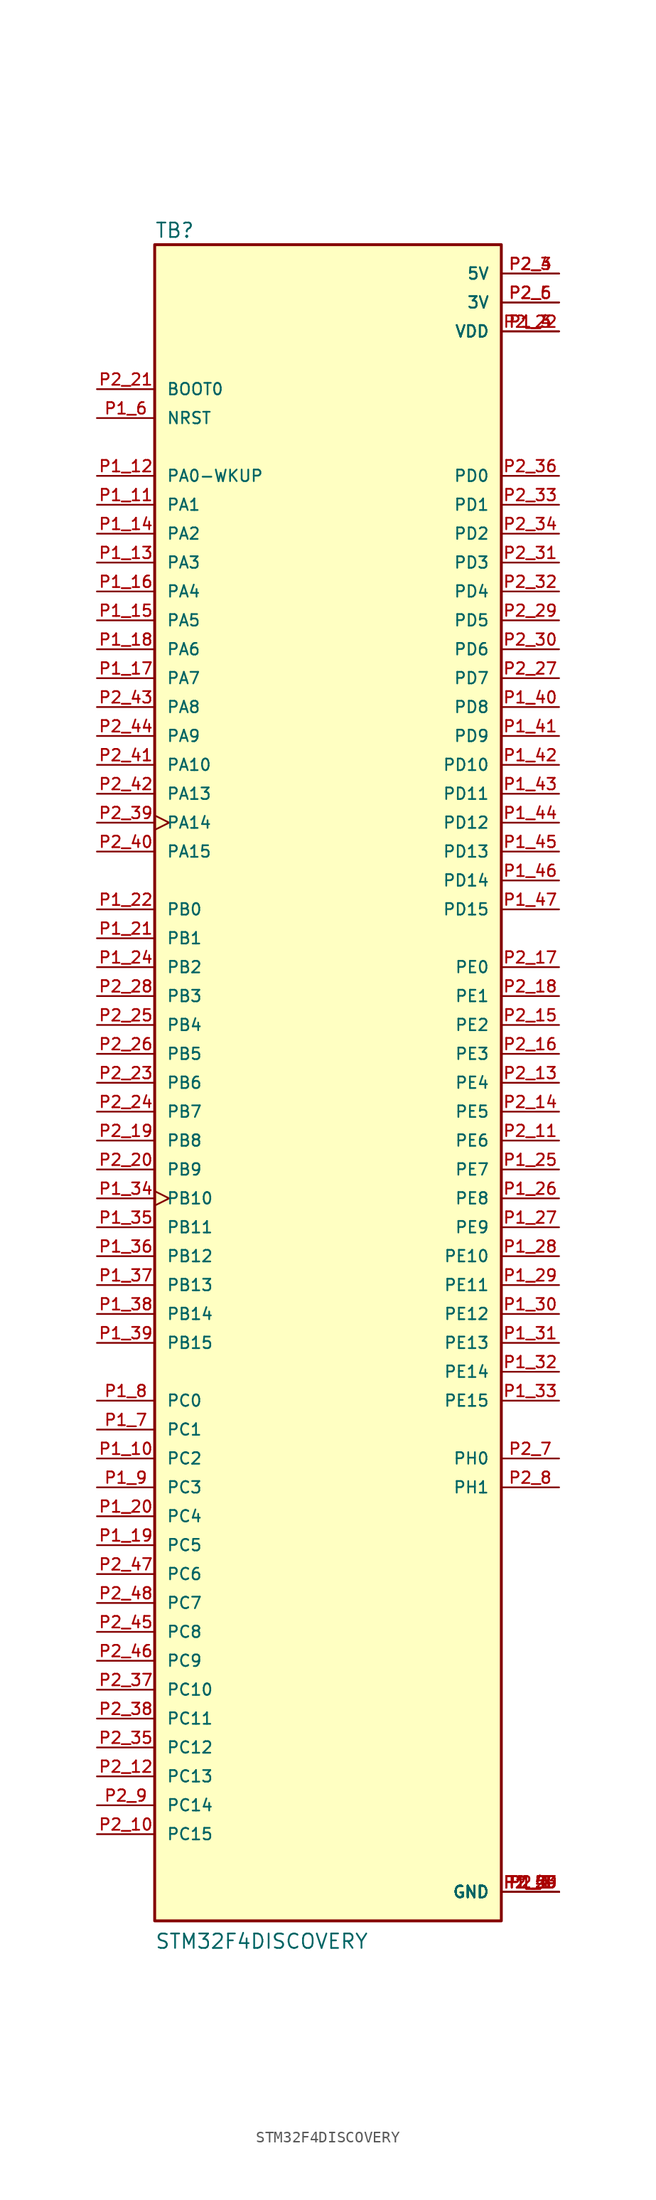
<source format=kicad_sym>
(kicad_symbol_lib
  (version 20211014)
  (generator kicad_symbol_editor)
  (symbol "STM32F4DISCOVERY"
    (pin_names
      (offset 1.016))
    (property "Reference" "TB"
      (at -15.242 74.172 0)
      (effects (font (size 1.27 1.27)) (justify bottom left)))
    (property "Value" "STM32F4DISCOVERY"
      (at -15.24 -76.201 0)
      (effects (font (size 1.27 1.27)) (justify bottom left)))
    (symbol "STM32F4DISCOVERY_0_0"
      (rectangle (start -15.24 -73.66) (end 15.24 73.66) (stroke (width 0.254)) (fill (type background)))
      (pin power_in line (at 20.32 -71.12 180.0) (length 5.08) (name "GND" (effects (font (size 1.016 1.016)))) (number "P1_1" (effects (font (size 1.016 1.016)))))
      (pin power_in line (at 20.32 -71.12 180.0) (length 5.08) (name "GND" (effects (font (size 1.016 1.016)))) (number "P1_2" (effects (font (size 1.016 1.016)))))
      (pin power_in line (at 20.32 -71.12 180.0) (length 5.08) (name "GND" (effects (font (size 1.016 1.016)))) (number "P1_5" (effects (font (size 1.016 1.016)))))
      (pin power_in line (at 20.32 -71.12 180.0) (length 5.08) (name "GND" (effects (font (size 1.016 1.016)))) (number "P1_23" (effects (font (size 1.016 1.016)))))
      (pin power_in line (at 20.32 -71.12 180.0) (length 5.08) (name "GND" (effects (font (size 1.016 1.016)))) (number "P1_49" (effects (font (size 1.016 1.016)))))
      (pin power_in line (at 20.32 -71.12 180.0) (length 5.08) (name "GND" (effects (font (size 1.016 1.016)))) (number "P1_50" (effects (font (size 1.016 1.016)))))
      (pin power_in line (at 20.32 -71.12 180.0) (length 5.08) (name "GND" (effects (font (size 1.016 1.016)))) (number "P2_1" (effects (font (size 1.016 1.016)))))
      (pin power_in line (at 20.32 -71.12 180.0) (length 5.08) (name "GND" (effects (font (size 1.016 1.016)))) (number "P2_2" (effects (font (size 1.016 1.016)))))
      (pin power_in line (at 20.32 -71.12 180.0) (length 5.08) (name "GND" (effects (font (size 1.016 1.016)))) (number "P2_49" (effects (font (size 1.016 1.016)))))
      (pin power_in line (at 20.32 -71.12 180.0) (length 5.08) (name "GND" (effects (font (size 1.016 1.016)))) (number "P2_50" (effects (font (size 1.016 1.016)))))
      (pin input line (at -20.32 58.42 0) (length 5.08) (name "NRST" (effects (font (size 1.016 1.016)))) (number "P1_6" (effects (font (size 1.016 1.016)))))
      (pin bidirectional line (at -20.32 53.34 0) (length 5.08) (name "PA0-WKUP" (effects (font (size 1.016 1.016)))) (number "P1_12" (effects (font (size 1.016 1.016)))))
      (pin bidirectional line (at -20.32 50.8 0) (length 5.08) (name "PA1" (effects (font (size 1.016 1.016)))) (number "P1_11" (effects (font (size 1.016 1.016)))))
      (pin bidirectional line (at -20.32 48.26 0) (length 5.08) (name "PA2" (effects (font (size 1.016 1.016)))) (number "P1_14" (effects (font (size 1.016 1.016)))))
      (pin bidirectional line (at -20.32 45.72 0) (length 5.08) (name "PA3" (effects (font (size 1.016 1.016)))) (number "P1_13" (effects (font (size 1.016 1.016)))))
      (pin bidirectional line (at -20.32 43.18 0) (length 5.08) (name "PA4" (effects (font (size 1.016 1.016)))) (number "P1_16" (effects (font (size 1.016 1.016)))))
      (pin bidirectional line (at -20.32 40.64 0) (length 5.08) (name "PA5" (effects (font (size 1.016 1.016)))) (number "P1_15" (effects (font (size 1.016 1.016)))))
      (pin bidirectional line (at -20.32 38.1 0) (length 5.08) (name "PA6" (effects (font (size 1.016 1.016)))) (number "P1_18" (effects (font (size 1.016 1.016)))))
      (pin bidirectional line (at -20.32 35.56 0) (length 5.08) (name "PA7" (effects (font (size 1.016 1.016)))) (number "P1_17" (effects (font (size 1.016 1.016)))))
      (pin bidirectional line (at -20.32 15.24 0) (length 5.08) (name "PB0" (effects (font (size 1.016 1.016)))) (number "P1_22" (effects (font (size 1.016 1.016)))))
      (pin bidirectional line (at -20.32 12.7 0) (length 5.08) (name "PB1" (effects (font (size 1.016 1.016)))) (number "P1_21" (effects (font (size 1.016 1.016)))))
      (pin bidirectional line (at -20.32 10.16 0) (length 5.08) (name "PB2" (effects (font (size 1.016 1.016)))) (number "P1_24" (effects (font (size 1.016 1.016)))))
      (pin bidirectional clock (at -20.32 -10.16 0) (length 5.08) (name "PB10" (effects (font (size 1.016 1.016)))) (number "P1_34" (effects (font (size 1.016 1.016)))))
      (pin bidirectional line (at -20.32 -12.7 0) (length 5.08) (name "PB11" (effects (font (size 1.016 1.016)))) (number "P1_35" (effects (font (size 1.016 1.016)))))
      (pin bidirectional line (at -20.32 -15.24 0) (length 5.08) (name "PB12" (effects (font (size 1.016 1.016)))) (number "P1_36" (effects (font (size 1.016 1.016)))))
      (pin bidirectional line (at -20.32 -17.78 0) (length 5.08) (name "PB13" (effects (font (size 1.016 1.016)))) (number "P1_37" (effects (font (size 1.016 1.016)))))
      (pin bidirectional line (at -20.32 -20.32 0) (length 5.08) (name "PB14" (effects (font (size 1.016 1.016)))) (number "P1_38" (effects (font (size 1.016 1.016)))))
      (pin bidirectional line (at -20.32 -22.86 0) (length 5.08) (name "PB15" (effects (font (size 1.016 1.016)))) (number "P1_39" (effects (font (size 1.016 1.016)))))
      (pin bidirectional line (at -20.32 -27.94 0) (length 5.08) (name "PC0" (effects (font (size 1.016 1.016)))) (number "P1_8" (effects (font (size 1.016 1.016)))))
      (pin bidirectional line (at -20.32 -30.48 0) (length 5.08) (name "PC1" (effects (font (size 1.016 1.016)))) (number "P1_7" (effects (font (size 1.016 1.016)))))
      (pin bidirectional line (at -20.32 -33.02 0) (length 5.08) (name "PC2" (effects (font (size 1.016 1.016)))) (number "P1_10" (effects (font (size 1.016 1.016)))))
      (pin bidirectional line (at -20.32 -35.56 0) (length 5.08) (name "PC3" (effects (font (size 1.016 1.016)))) (number "P1_9" (effects (font (size 1.016 1.016)))))
      (pin bidirectional line (at -20.32 -38.1 0) (length 5.08) (name "PC4" (effects (font (size 1.016 1.016)))) (number "P1_20" (effects (font (size 1.016 1.016)))))
      (pin bidirectional line (at -20.32 -40.64 0) (length 5.08) (name "PC5" (effects (font (size 1.016 1.016)))) (number "P1_19" (effects (font (size 1.016 1.016)))))
      (pin bidirectional line (at 20.32 33.02 180.0) (length 5.08) (name "PD8" (effects (font (size 1.016 1.016)))) (number "P1_40" (effects (font (size 1.016 1.016)))))
      (pin bidirectional line (at 20.32 30.48 180.0) (length 5.08) (name "PD9" (effects (font (size 1.016 1.016)))) (number "P1_41" (effects (font (size 1.016 1.016)))))
      (pin bidirectional line (at 20.32 27.94 180.0) (length 5.08) (name "PD10" (effects (font (size 1.016 1.016)))) (number "P1_42" (effects (font (size 1.016 1.016)))))
      (pin bidirectional line (at 20.32 25.4 180.0) (length 5.08) (name "PD11" (effects (font (size 1.016 1.016)))) (number "P1_43" (effects (font (size 1.016 1.016)))))
      (pin bidirectional line (at 20.32 22.86 180.0) (length 5.08) (name "PD12" (effects (font (size 1.016 1.016)))) (number "P1_44" (effects (font (size 1.016 1.016)))))
      (pin bidirectional line (at 20.32 20.32 180.0) (length 5.08) (name "PD13" (effects (font (size 1.016 1.016)))) (number "P1_45" (effects (font (size 1.016 1.016)))))
      (pin bidirectional line (at 20.32 17.78 180.0) (length 5.08) (name "PD14" (effects (font (size 1.016 1.016)))) (number "P1_46" (effects (font (size 1.016 1.016)))))
      (pin bidirectional line (at 20.32 15.24 180.0) (length 5.08) (name "PD15" (effects (font (size 1.016 1.016)))) (number "P1_47" (effects (font (size 1.016 1.016)))))
      (pin bidirectional line (at 20.32 -7.62 180.0) (length 5.08) (name "PE7" (effects (font (size 1.016 1.016)))) (number "P1_25" (effects (font (size 1.016 1.016)))))
      (pin bidirectional line (at 20.32 -10.16 180.0) (length 5.08) (name "PE8" (effects (font (size 1.016 1.016)))) (number "P1_26" (effects (font (size 1.016 1.016)))))
      (pin bidirectional line (at 20.32 -12.7 180.0) (length 5.08) (name "PE9" (effects (font (size 1.016 1.016)))) (number "P1_27" (effects (font (size 1.016 1.016)))))
      (pin bidirectional line (at 20.32 -15.24 180.0) (length 5.08) (name "PE10" (effects (font (size 1.016 1.016)))) (number "P1_28" (effects (font (size 1.016 1.016)))))
      (pin bidirectional line (at 20.32 -17.78 180.0) (length 5.08) (name "PE11" (effects (font (size 1.016 1.016)))) (number "P1_29" (effects (font (size 1.016 1.016)))))
      (pin bidirectional line (at 20.32 -20.32 180.0) (length 5.08) (name "PE12" (effects (font (size 1.016 1.016)))) (number "P1_30" (effects (font (size 1.016 1.016)))))
      (pin bidirectional line (at 20.32 -22.86 180.0) (length 5.08) (name "PE13" (effects (font (size 1.016 1.016)))) (number "P1_31" (effects (font (size 1.016 1.016)))))
      (pin bidirectional line (at 20.32 -25.4 180.0) (length 5.08) (name "PE14" (effects (font (size 1.016 1.016)))) (number "P1_32" (effects (font (size 1.016 1.016)))))
      (pin bidirectional line (at 20.32 -27.94 180.0) (length 5.08) (name "PE15" (effects (font (size 1.016 1.016)))) (number "P1_33" (effects (font (size 1.016 1.016)))))
      (pin power_in line (at 20.32 66.04 180.0) (length 5.08) (name "VDD" (effects (font (size 1.016 1.016)))) (number "P1_3" (effects (font (size 1.016 1.016)))))
      (pin power_in line (at 20.32 66.04 180.0) (length 5.08) (name "VDD" (effects (font (size 1.016 1.016)))) (number "P1_4" (effects (font (size 1.016 1.016)))))
      (pin power_in line (at 20.32 66.04 180.0) (length 5.08) (name "VDD" (effects (font (size 1.016 1.016)))) (number "P2_22" (effects (font (size 1.016 1.016)))))
      (pin power_in line (at 20.32 71.12 180.0) (length 5.08) (name "5V" (effects (font (size 1.016 1.016)))) (number "P2_3" (effects (font (size 1.016 1.016)))))
      (pin power_in line (at 20.32 71.12 180.0) (length 5.08) (name "5V" (effects (font (size 1.016 1.016)))) (number "P2_4" (effects (font (size 1.016 1.016)))))
      (pin input line (at -20.32 60.96 0) (length 5.08) (name "BOOT0" (effects (font (size 1.016 1.016)))) (number "P2_21" (effects (font (size 1.016 1.016)))))
      (pin bidirectional line (at -20.32 33.02 0) (length 5.08) (name "PA8" (effects (font (size 1.016 1.016)))) (number "P2_43" (effects (font (size 1.016 1.016)))))
      (pin bidirectional line (at -20.32 30.48 0) (length 5.08) (name "PA9" (effects (font (size 1.016 1.016)))) (number "P2_44" (effects (font (size 1.016 1.016)))))
      (pin bidirectional line (at -20.32 27.94 0) (length 5.08) (name "PA10" (effects (font (size 1.016 1.016)))) (number "P2_41" (effects (font (size 1.016 1.016)))))
      (pin bidirectional line (at -20.32 25.4 0) (length 5.08) (name "PA13" (effects (font (size 1.016 1.016)))) (number "P2_42" (effects (font (size 1.016 1.016)))))
      (pin bidirectional clock (at -20.32 22.86 0) (length 5.08) (name "PA14" (effects (font (size 1.016 1.016)))) (number "P2_39" (effects (font (size 1.016 1.016)))))
      (pin bidirectional line (at -20.32 20.32 0) (length 5.08) (name "PA15" (effects (font (size 1.016 1.016)))) (number "P2_40" (effects (font (size 1.016 1.016)))))
      (pin bidirectional line (at -20.32 7.62 0) (length 5.08) (name "PB3" (effects (font (size 1.016 1.016)))) (number "P2_28" (effects (font (size 1.016 1.016)))))
      (pin bidirectional line (at -20.32 5.08 0) (length 5.08) (name "PB4" (effects (font (size 1.016 1.016)))) (number "P2_25" (effects (font (size 1.016 1.016)))))
      (pin bidirectional line (at -20.32 2.54 0) (length 5.08) (name "PB5" (effects (font (size 1.016 1.016)))) (number "P2_26" (effects (font (size 1.016 1.016)))))
      (pin bidirectional line (at -20.32 0.0 0) (length 5.08) (name "PB6" (effects (font (size 1.016 1.016)))) (number "P2_23" (effects (font (size 1.016 1.016)))))
      (pin bidirectional line (at -20.32 -2.54 0) (length 5.08) (name "PB7" (effects (font (size 1.016 1.016)))) (number "P2_24" (effects (font (size 1.016 1.016)))))
      (pin bidirectional line (at -20.32 -5.08 0) (length 5.08) (name "PB8" (effects (font (size 1.016 1.016)))) (number "P2_19" (effects (font (size 1.016 1.016)))))
      (pin bidirectional line (at -20.32 -7.62 0) (length 5.08) (name "PB9" (effects (font (size 1.016 1.016)))) (number "P2_20" (effects (font (size 1.016 1.016)))))
      (pin bidirectional line (at -20.32 -43.18 0) (length 5.08) (name "PC6" (effects (font (size 1.016 1.016)))) (number "P2_47" (effects (font (size 1.016 1.016)))))
      (pin bidirectional line (at -20.32 -45.72 0) (length 5.08) (name "PC7" (effects (font (size 1.016 1.016)))) (number "P2_48" (effects (font (size 1.016 1.016)))))
      (pin bidirectional line (at -20.32 -48.26 0) (length 5.08) (name "PC8" (effects (font (size 1.016 1.016)))) (number "P2_45" (effects (font (size 1.016 1.016)))))
      (pin bidirectional line (at -20.32 -50.8 0) (length 5.08) (name "PC9" (effects (font (size 1.016 1.016)))) (number "P2_46" (effects (font (size 1.016 1.016)))))
      (pin bidirectional line (at -20.32 -53.34 0) (length 5.08) (name "PC10" (effects (font (size 1.016 1.016)))) (number "P2_37" (effects (font (size 1.016 1.016)))))
      (pin bidirectional line (at -20.32 -55.88 0) (length 5.08) (name "PC11" (effects (font (size 1.016 1.016)))) (number "P2_38" (effects (font (size 1.016 1.016)))))
      (pin bidirectional line (at -20.32 -58.42 0) (length 5.08) (name "PC12" (effects (font (size 1.016 1.016)))) (number "P2_35" (effects (font (size 1.016 1.016)))))
      (pin bidirectional line (at -20.32 -60.96 0) (length 5.08) (name "PC13" (effects (font (size 1.016 1.016)))) (number "P2_12" (effects (font (size 1.016 1.016)))))
      (pin bidirectional line (at -20.32 -63.5 0) (length 5.08) (name "PC14" (effects (font (size 1.016 1.016)))) (number "P2_9" (effects (font (size 1.016 1.016)))))
      (pin bidirectional line (at -20.32 -66.04 0) (length 5.08) (name "PC15" (effects (font (size 1.016 1.016)))) (number "P2_10" (effects (font (size 1.016 1.016)))))
      (pin bidirectional line (at 20.32 53.34 180.0) (length 5.08) (name "PD0" (effects (font (size 1.016 1.016)))) (number "P2_36" (effects (font (size 1.016 1.016)))))
      (pin bidirectional line (at 20.32 50.8 180.0) (length 5.08) (name "PD1" (effects (font (size 1.016 1.016)))) (number "P2_33" (effects (font (size 1.016 1.016)))))
      (pin bidirectional line (at 20.32 48.26 180.0) (length 5.08) (name "PD2" (effects (font (size 1.016 1.016)))) (number "P2_34" (effects (font (size 1.016 1.016)))))
      (pin bidirectional line (at 20.32 45.72 180.0) (length 5.08) (name "PD3" (effects (font (size 1.016 1.016)))) (number "P2_31" (effects (font (size 1.016 1.016)))))
      (pin bidirectional line (at 20.32 43.18 180.0) (length 5.08) (name "PD4" (effects (font (size 1.016 1.016)))) (number "P2_32" (effects (font (size 1.016 1.016)))))
      (pin bidirectional line (at 20.32 40.64 180.0) (length 5.08) (name "PD5" (effects (font (size 1.016 1.016)))) (number "P2_29" (effects (font (size 1.016 1.016)))))
      (pin bidirectional line (at 20.32 38.1 180.0) (length 5.08) (name "PD6" (effects (font (size 1.016 1.016)))) (number "P2_30" (effects (font (size 1.016 1.016)))))
      (pin bidirectional line (at 20.32 35.56 180.0) (length 5.08) (name "PD7" (effects (font (size 1.016 1.016)))) (number "P2_27" (effects (font (size 1.016 1.016)))))
      (pin bidirectional line (at 20.32 10.16 180.0) (length 5.08) (name "PE0" (effects (font (size 1.016 1.016)))) (number "P2_17" (effects (font (size 1.016 1.016)))))
      (pin bidirectional line (at 20.32 7.62 180.0) (length 5.08) (name "PE1" (effects (font (size 1.016 1.016)))) (number "P2_18" (effects (font (size 1.016 1.016)))))
      (pin bidirectional line (at 20.32 5.08 180.0) (length 5.08) (name "PE2" (effects (font (size 1.016 1.016)))) (number "P2_15" (effects (font (size 1.016 1.016)))))
      (pin bidirectional line (at 20.32 2.54 180.0) (length 5.08) (name "PE3" (effects (font (size 1.016 1.016)))) (number "P2_16" (effects (font (size 1.016 1.016)))))
      (pin bidirectional line (at 20.32 0.0 180.0) (length 5.08) (name "PE4" (effects (font (size 1.016 1.016)))) (number "P2_13" (effects (font (size 1.016 1.016)))))
      (pin bidirectional line (at 20.32 -2.54 180.0) (length 5.08) (name "PE5" (effects (font (size 1.016 1.016)))) (number "P2_14" (effects (font (size 1.016 1.016)))))
      (pin bidirectional line (at 20.32 -5.08 180.0) (length 5.08) (name "PE6" (effects (font (size 1.016 1.016)))) (number "P2_11" (effects (font (size 1.016 1.016)))))
      (pin bidirectional line (at 20.32 -33.02 180.0) (length 5.08) (name "PH0" (effects (font (size 1.016 1.016)))) (number "P2_7" (effects (font (size 1.016 1.016)))))
      (pin bidirectional line (at 20.32 -35.56 180.0) (length 5.08) (name "PH1" (effects (font (size 1.016 1.016)))) (number "P2_8" (effects (font (size 1.016 1.016)))))
      (pin power_in line (at 20.32 68.58 180.0) (length 5.08) (name "3V" (effects (font (size 1.016 1.016)))) (number "P2_5" (effects (font (size 1.016 1.016)))))
      (pin power_in line (at 20.32 68.58 180.0) (length 5.08) (name "3V" (effects (font (size 1.016 1.016)))) (number "P2_6" (effects (font (size 1.016 1.016))))))))
</source>
